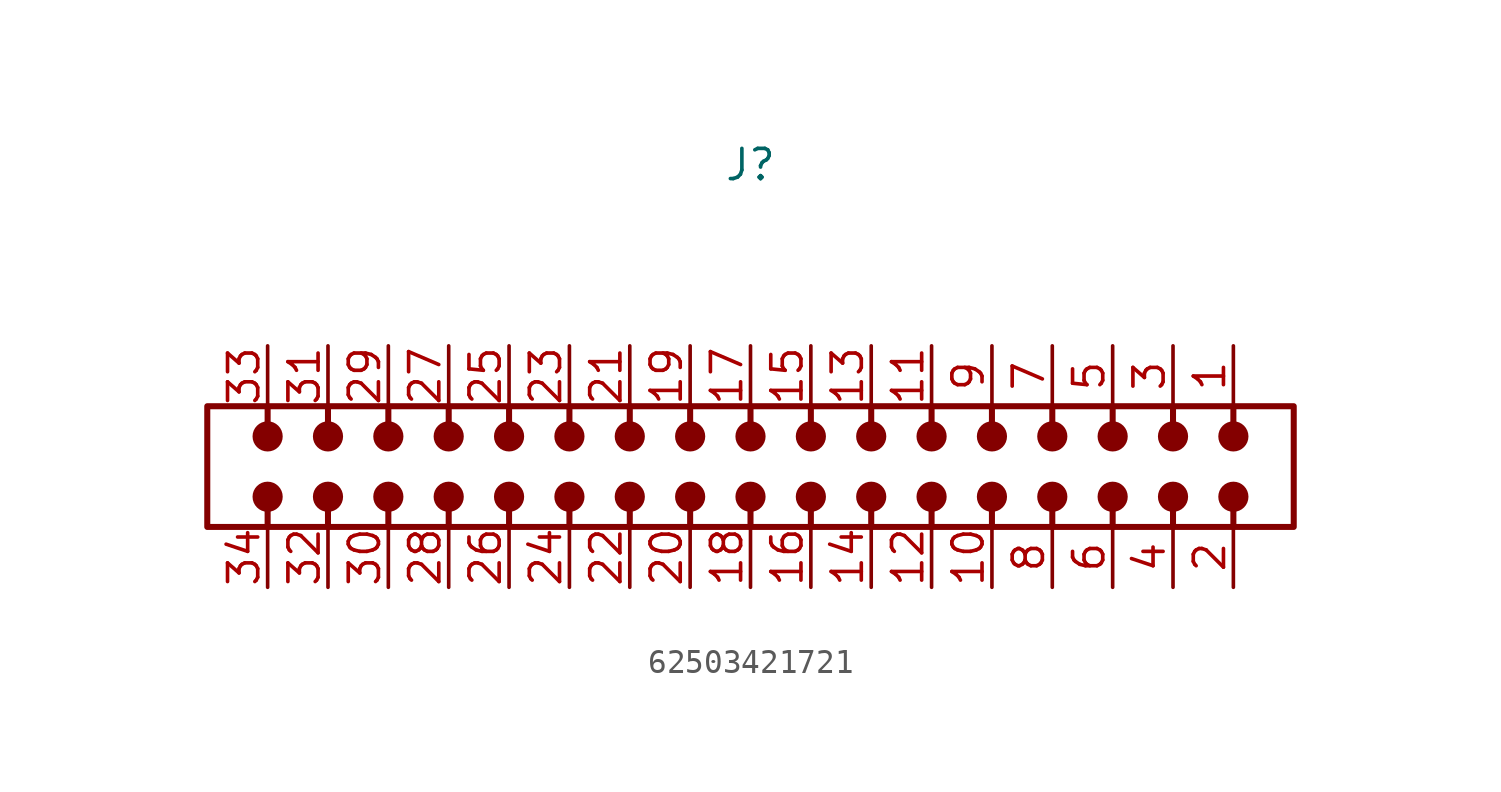
<source format=kicad_sym>
(kicad_symbol_lib
  (version 20241209)
  (generator "kicad_symbol_editor")
  (generator_version "9.0")
  (symbol "62503421721"
    (pin_names
      (hide yes))
    (property "Reference" "J"
      (at 0 12.7 0)
      (effects (font (size 1.27 1.27))))
    (symbol "62503421721_1_1"
      (rectangle (start -22.86 2.54) (end 22.86 -2.54) (stroke (width 0.254) (type solid)) (fill (type none)))
      (polyline (pts (xy -20.32 1.778) (xy -20.32 2.54)) (stroke (width 0.254) (type solid)) (fill (type none)))
      (circle (center -20.32 1.27) (radius 0.508) (stroke (width 0.254) (type solid)) (fill (type outline)))
      (circle (center -20.32 -1.27) (radius 0.508) (stroke (width 0.254) (type solid)) (fill (type outline)))
      (polyline (pts (xy -20.32 -1.778) (xy -20.32 -2.54)) (stroke (width 0.254) (type solid)) (fill (type none)))
      (polyline (pts (xy -17.78 1.778) (xy -17.78 2.54)) (stroke (width 0.254) (type solid)) (fill (type none)))
      (circle (center -17.78 1.27) (radius 0.508) (stroke (width 0.254) (type solid)) (fill (type outline)))
      (circle (center -17.78 -1.27) (radius 0.508) (stroke (width 0.254) (type solid)) (fill (type outline)))
      (polyline (pts (xy -17.78 -1.778) (xy -17.78 -2.54)) (stroke (width 0.254) (type solid)) (fill (type none)))
      (polyline (pts (xy -15.24 1.778) (xy -15.24 2.54)) (stroke (width 0.254) (type solid)) (fill (type none)))
      (circle (center -15.24 1.27) (radius 0.508) (stroke (width 0.254) (type solid)) (fill (type outline)))
      (circle (center -15.24 -1.27) (radius 0.508) (stroke (width 0.254) (type solid)) (fill (type outline)))
      (polyline (pts (xy -15.24 -1.778) (xy -15.24 -2.54)) (stroke (width 0.254) (type solid)) (fill (type none)))
      (polyline (pts (xy -12.7 1.778) (xy -12.7 2.54)) (stroke (width 0.254) (type solid)) (fill (type none)))
      (circle (center -12.7 1.27) (radius 0.508) (stroke (width 0.254) (type solid)) (fill (type outline)))
      (circle (center -12.7 -1.27) (radius 0.508) (stroke (width 0.254) (type solid)) (fill (type outline)))
      (polyline (pts (xy -12.7 -1.778) (xy -12.7 -2.54)) (stroke (width 0.254) (type solid)) (fill (type none)))
      (polyline (pts (xy -10.16 1.778) (xy -10.16 2.54)) (stroke (width 0.254) (type solid)) (fill (type none)))
      (circle (center -10.16 1.27) (radius 0.508) (stroke (width 0.254) (type solid)) (fill (type outline)))
      (circle (center -10.16 -1.27) (radius 0.508) (stroke (width 0.254) (type solid)) (fill (type outline)))
      (polyline (pts (xy -10.16 -1.778) (xy -10.16 -2.54)) (stroke (width 0.254) (type solid)) (fill (type none)))
      (polyline (pts (xy -7.62 1.778) (xy -7.62 2.54)) (stroke (width 0.254) (type solid)) (fill (type none)))
      (circle (center -7.62 1.27) (radius 0.508) (stroke (width 0.254) (type solid)) (fill (type outline)))
      (circle (center -7.62 -1.27) (radius 0.508) (stroke (width 0.254) (type solid)) (fill (type outline)))
      (polyline (pts (xy -7.62 -1.778) (xy -7.62 -2.54)) (stroke (width 0.254) (type solid)) (fill (type none)))
      (polyline (pts (xy -5.08 1.778) (xy -5.08 2.54)) (stroke (width 0.254) (type solid)) (fill (type none)))
      (circle (center -5.08 1.27) (radius 0.508) (stroke (width 0.254) (type solid)) (fill (type outline)))
      (circle (center -5.08 -1.27) (radius 0.508) (stroke (width 0.254) (type solid)) (fill (type outline)))
      (polyline (pts (xy -5.08 -1.778) (xy -5.08 -2.54)) (stroke (width 0.254) (type solid)) (fill (type none)))
      (polyline (pts (xy -2.54 1.778) (xy -2.54 2.54)) (stroke (width 0.254) (type solid)) (fill (type none)))
      (circle (center -2.54 1.27) (radius 0.508) (stroke (width 0.254) (type solid)) (fill (type outline)))
      (circle (center -2.54 -1.27) (radius 0.508) (stroke (width 0.254) (type solid)) (fill (type outline)))
      (polyline (pts (xy -2.54 -1.778) (xy -2.54 -2.54)) (stroke (width 0.254) (type solid)) (fill (type none)))
      (polyline (pts (xy 0 1.778) (xy 0 2.54)) (stroke (width 0.254) (type solid)) (fill (type none)))
      (circle (center 0 1.27) (radius 0.508) (stroke (width 0.254) (type solid)) (fill (type outline)))
      (circle (center 0 -1.27) (radius 0.508) (stroke (width 0.254) (type solid)) (fill (type outline)))
      (polyline (pts (xy 0 -1.778) (xy 0 -2.54)) (stroke (width 0.254) (type solid)) (fill (type none)))
      (polyline (pts (xy 2.54 1.778) (xy 2.54 2.54)) (stroke (width 0.254) (type solid)) (fill (type none)))
      (circle (center 2.54 1.27) (radius 0.508) (stroke (width 0.254) (type solid)) (fill (type outline)))
      (circle (center 2.54 -1.27) (radius 0.508) (stroke (width 0.254) (type solid)) (fill (type outline)))
      (polyline (pts (xy 2.54 -1.778) (xy 2.54 -2.54)) (stroke (width 0.254) (type solid)) (fill (type none)))
      (polyline (pts (xy 5.08 1.778) (xy 5.08 2.54)) (stroke (width 0.254) (type solid)) (fill (type none)))
      (circle (center 5.08 1.27) (radius 0.508) (stroke (width 0.254) (type solid)) (fill (type outline)))
      (circle (center 5.08 -1.27) (radius 0.508) (stroke (width 0.254) (type solid)) (fill (type outline)))
      (polyline (pts (xy 5.08 -1.778) (xy 5.08 -2.54)) (stroke (width 0.254) (type solid)) (fill (type none)))
      (polyline (pts (xy 7.62 1.778) (xy 7.62 2.54)) (stroke (width 0.254) (type solid)) (fill (type none)))
      (circle (center 7.62 1.27) (radius 0.508) (stroke (width 0.254) (type solid)) (fill (type outline)))
      (circle (center 7.62 -1.27) (radius 0.508) (stroke (width 0.254) (type solid)) (fill (type outline)))
      (polyline (pts (xy 7.62 -1.778) (xy 7.62 -2.54)) (stroke (width 0.254) (type solid)) (fill (type none)))
      (polyline (pts (xy 10.16 1.778) (xy 10.16 2.54)) (stroke (width 0.254) (type solid)) (fill (type none)))
      (circle (center 10.16 1.27) (radius 0.508) (stroke (width 0.254) (type solid)) (fill (type outline)))
      (circle (center 10.16 -1.27) (radius 0.508) (stroke (width 0.254) (type solid)) (fill (type outline)))
      (polyline (pts (xy 10.16 -1.778) (xy 10.16 -2.54)) (stroke (width 0.254) (type solid)) (fill (type none)))
      (polyline (pts (xy 12.7 1.778) (xy 12.7 2.54)) (stroke (width 0.254) (type solid)) (fill (type none)))
      (circle (center 12.7 1.27) (radius 0.508) (stroke (width 0.254) (type solid)) (fill (type outline)))
      (circle (center 12.7 -1.27) (radius 0.508) (stroke (width 0.254) (type solid)) (fill (type outline)))
      (polyline (pts (xy 12.7 -1.778) (xy 12.7 -2.54)) (stroke (width 0.254) (type solid)) (fill (type none)))
      (polyline (pts (xy 15.24 1.778) (xy 15.24 2.54)) (stroke (width 0.254) (type solid)) (fill (type none)))
      (circle (center 15.24 1.27) (radius 0.508) (stroke (width 0.254) (type solid)) (fill (type outline)))
      (circle (center 15.24 -1.27) (radius 0.508) (stroke (width 0.254) (type solid)) (fill (type outline)))
      (polyline (pts (xy 15.24 -1.778) (xy 15.24 -2.54)) (stroke (width 0.254) (type solid)) (fill (type none)))
      (polyline (pts (xy 17.78 1.778) (xy 17.78 2.54)) (stroke (width 0.254) (type solid)) (fill (type none)))
      (circle (center 17.78 1.27) (radius 0.508) (stroke (width 0.254) (type solid)) (fill (type outline)))
      (circle (center 17.78 -1.27) (radius 0.508) (stroke (width 0.254) (type solid)) (fill (type outline)))
      (polyline (pts (xy 17.78 -1.778) (xy 17.78 -2.54)) (stroke (width 0.254) (type solid)) (fill (type none)))
      (polyline (pts (xy 20.32 1.778) (xy 20.32 2.54)) (stroke (width 0.254) (type solid)) (fill (type none)))
      (circle (center 20.32 1.27) (radius 0.508) (stroke (width 0.254) (type solid)) (fill (type outline)))
      (circle (center 20.32 -1.27) (radius 0.508) (stroke (width 0.254) (type solid)) (fill (type outline)))
      (polyline (pts (xy 20.32 -1.778) (xy 20.32 -2.54)) (stroke (width 0.254) (type solid)) (fill (type none)))
      (pin passive line (at -20.32 5.08 270) (length 2.54) (name "33" (effects (font (size 1.27 1.27)))) (number "33" (effects (font (size 1.27 1.27)))))
      (pin passive line (at -20.32 -5.08 90) (length 2.54) (name "34" (effects (font (size 1.27 1.27)))) (number "34" (effects (font (size 1.27 1.27)))))
      (pin passive line (at -17.78 5.08 270) (length 2.54) (name "31" (effects (font (size 1.27 1.27)))) (number "31" (effects (font (size 1.27 1.27)))))
      (pin passive line (at -17.78 -5.08 90) (length 2.54) (name "32" (effects (font (size 1.27 1.27)))) (number "32" (effects (font (size 1.27 1.27)))))
      (pin passive line (at -15.24 5.08 270) (length 2.54) (name "29" (effects (font (size 1.27 1.27)))) (number "29" (effects (font (size 1.27 1.27)))))
      (pin passive line (at -15.24 -5.08 90) (length 2.54) (name "30" (effects (font (size 1.27 1.27)))) (number "30" (effects (font (size 1.27 1.27)))))
      (pin passive line (at -12.7 5.08 270) (length 2.54) (name "27" (effects (font (size 1.27 1.27)))) (number "27" (effects (font (size 1.27 1.27)))))
      (pin passive line (at -12.7 -5.08 90) (length 2.54) (name "28" (effects (font (size 1.27 1.27)))) (number "28" (effects (font (size 1.27 1.27)))))
      (pin passive line (at -10.16 5.08 270) (length 2.54) (name "25" (effects (font (size 1.27 1.27)))) (number "25" (effects (font (size 1.27 1.27)))))
      (pin passive line (at -10.16 -5.08 90) (length 2.54) (name "26" (effects (font (size 1.27 1.27)))) (number "26" (effects (font (size 1.27 1.27)))))
      (pin passive line (at -7.62 5.08 270) (length 2.54) (name "23" (effects (font (size 1.27 1.27)))) (number "23" (effects (font (size 1.27 1.27)))))
      (pin passive line (at -7.62 -5.08 90) (length 2.54) (name "24" (effects (font (size 1.27 1.27)))) (number "24" (effects (font (size 1.27 1.27)))))
      (pin passive line (at -5.08 5.08 270) (length 2.54) (name "21" (effects (font (size 1.27 1.27)))) (number "21" (effects (font (size 1.27 1.27)))))
      (pin passive line (at -5.08 -5.08 90) (length 2.54) (name "22" (effects (font (size 1.27 1.27)))) (number "22" (effects (font (size 1.27 1.27)))))
      (pin passive line (at -2.54 5.08 270) (length 2.54) (name "19" (effects (font (size 1.27 1.27)))) (number "19" (effects (font (size 1.27 1.27)))))
      (pin passive line (at -2.54 -5.08 90) (length 2.54) (name "20" (effects (font (size 1.27 1.27)))) (number "20" (effects (font (size 1.27 1.27)))))
      (pin passive line (at 0 5.08 270) (length 2.54) (name "17" (effects (font (size 1.27 1.27)))) (number "17" (effects (font (size 1.27 1.27)))))
      (pin passive line (at 0 -5.08 90) (length 2.54) (name "18" (effects (font (size 1.27 1.27)))) (number "18" (effects (font (size 1.27 1.27)))))
      (pin passive line (at 2.54 5.08 270) (length 2.54) (name "15" (effects (font (size 1.27 1.27)))) (number "15" (effects (font (size 1.27 1.27)))))
      (pin passive line (at 2.54 -5.08 90) (length 2.54) (name "16" (effects (font (size 1.27 1.27)))) (number "16" (effects (font (size 1.27 1.27)))))
      (pin passive line (at 5.08 5.08 270) (length 2.54) (name "13" (effects (font (size 1.27 1.27)))) (number "13" (effects (font (size 1.27 1.27)))))
      (pin passive line (at 5.08 -5.08 90) (length 2.54) (name "14" (effects (font (size 1.27 1.27)))) (number "14" (effects (font (size 1.27 1.27)))))
      (pin passive line (at 7.62 5.08 270) (length 2.54) (name "11" (effects (font (size 1.27 1.27)))) (number "11" (effects (font (size 1.27 1.27)))))
      (pin passive line (at 7.62 -5.08 90) (length 2.54) (name "12" (effects (font (size 1.27 1.27)))) (number "12" (effects (font (size 1.27 1.27)))))
      (pin passive line (at 10.16 5.08 270) (length 2.54) (name "9" (effects (font (size 1.27 1.27)))) (number "9" (effects (font (size 1.27 1.27)))))
      (pin passive line (at 10.16 -5.08 90) (length 2.54) (name "10" (effects (font (size 1.27 1.27)))) (number "10" (effects (font (size 1.27 1.27)))))
      (pin passive line (at 12.7 5.08 270) (length 2.54) (name "7" (effects (font (size 1.27 1.27)))) (number "7" (effects (font (size 1.27 1.27)))))
      (pin passive line (at 12.7 -5.08 90) (length 2.54) (name "8" (effects (font (size 1.27 1.27)))) (number "8" (effects (font (size 1.27 1.27)))))
      (pin passive line (at 15.24 5.08 270) (length 2.54) (name "5" (effects (font (size 1.27 1.27)))) (number "5" (effects (font (size 1.27 1.27)))))
      (pin passive line (at 15.24 -5.08 90) (length 2.54) (name "6" (effects (font (size 1.27 1.27)))) (number "6" (effects (font (size 1.27 1.27)))))
      (pin passive line (at 17.78 5.08 270) (length 2.54) (name "3" (effects (font (size 1.27 1.27)))) (number "3" (effects (font (size 1.27 1.27)))))
      (pin passive line (at 17.78 -5.08 90) (length 2.54) (name "4" (effects (font (size 1.27 1.27)))) (number "4" (effects (font (size 1.27 1.27)))))
      (pin passive line (at 20.32 5.08 270) (length 2.54) (name "1" (effects (font (size 1.27 1.27)))) (number "1" (effects (font (size 1.27 1.27)))))
      (pin passive line (at 20.32 -5.08 90) (length 2.54) (name "2" (effects (font (size 1.27 1.27)))) (number "2" (effects (font (size 1.27 1.27))))))))
</source>
